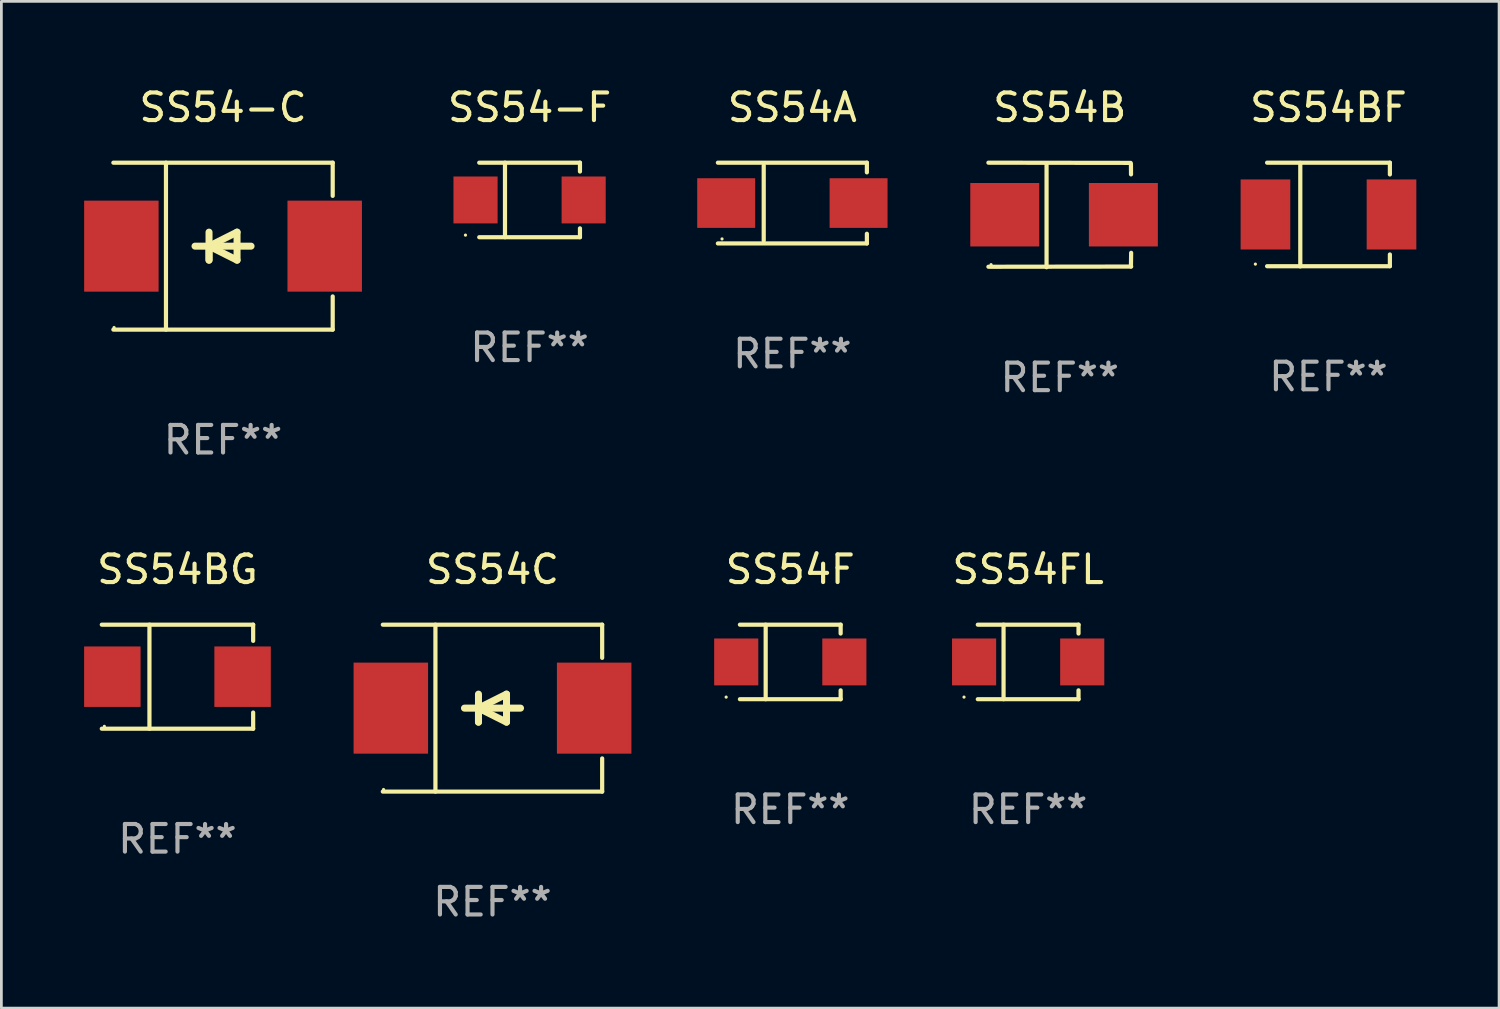
<source format=kicad_pcb>
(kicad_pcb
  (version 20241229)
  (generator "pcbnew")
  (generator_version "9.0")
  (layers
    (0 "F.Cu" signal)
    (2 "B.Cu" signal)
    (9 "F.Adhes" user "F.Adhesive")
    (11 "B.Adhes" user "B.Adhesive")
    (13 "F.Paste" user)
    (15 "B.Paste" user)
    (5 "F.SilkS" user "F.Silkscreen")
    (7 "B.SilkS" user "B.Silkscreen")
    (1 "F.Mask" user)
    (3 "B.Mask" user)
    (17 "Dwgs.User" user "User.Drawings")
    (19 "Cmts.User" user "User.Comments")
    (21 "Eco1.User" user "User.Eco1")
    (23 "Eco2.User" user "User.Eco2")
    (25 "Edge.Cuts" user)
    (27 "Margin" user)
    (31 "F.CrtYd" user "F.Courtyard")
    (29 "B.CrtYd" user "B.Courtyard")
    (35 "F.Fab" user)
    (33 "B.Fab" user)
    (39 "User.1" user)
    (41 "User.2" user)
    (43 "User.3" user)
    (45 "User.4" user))
  (footprint "SS54BF"
    (layer "F.Cu")
    (at 45.113 4.728)
    (property "Reference" "SS54BF" (at 0 -3.88 0) (layer "F.SilkS") (effects (font (size 1 1) (thickness 0.15))))
    (attr through_hole)
    (fp_line (start -2.226 -1.88) (end 2.226 -1.88) (stroke (width 0.152) (type solid)) (layer "F.SilkS"))
    (fp_line (start -2.226 1.873) (end 2.226 1.873) (stroke (width 0.152) (type solid)) (layer "F.SilkS"))
    (fp_line (start -1.022 -1.873) (end -1.022 1.88) (stroke (width 0.152) (type solid)) (layer "F.SilkS"))
    (fp_line (start 2.226 -1.88) (end 2.226 -1.453) (stroke (width 0.152) (type solid)) (layer "F.SilkS"))
    (fp_line (start 2.226 1.447) (end 2.226 1.873) (stroke (width 0.152) (type solid)) (layer "F.SilkS"))
    (fp_circle (center -2.65 1.797) (end -2.62 1.797) (stroke (width 0.06) (type solid)) (fill no) (layer "F.SilkS"))
    (fp_text user "REF**" (at 0 5.88 0) (layer "F.Fab") (effects (font (size 1 1) (thickness 0.15))))
    (pad "1" smd rect (at -2.285 -0.003) (size 1.8 2.54) (layers "F.Cu" "F.Mask" "F.Paste"))
    (pad "2" smd rect (at 2.285 -0.003) (size 1.8 2.54) (layers "F.Cu" "F.Mask" "F.Paste")))
  (footprint "SS54A"
    (layer "F.Cu")
    (at 25.677 4.312)
    (property "Reference" "SS54A" (at 0 -3.464 0) (layer "F.SilkS") (effects (font (size 1 1) (thickness 0.15))))
    (attr through_hole)
    (fp_line (start -2.701 -1.464) (end 2.701 -1.464) (stroke (width 0.152) (type solid)) (layer "F.SilkS"))
    (fp_line (start -2.701 1.464) (end 2.701 1.464) (stroke (width 0.152) (type solid)) (layer "F.SilkS"))
    (fp_line (start -1.039 -1.364) (end -1.039 1.364) (stroke (width 0.152) (type solid)) (layer "F.SilkS"))
    (fp_line (start 2.701 -1.464) (end 2.701 -1.113) (stroke (width 0.152) (type solid)) (layer "F.SilkS"))
    (fp_line (start 2.701 1.464) (end 2.701 1.113) (stroke (width 0.152) (type solid)) (layer "F.SilkS"))
    (fp_circle (center -2.55 1.3) (end -2.52 1.3) (stroke (width 0.06) (type solid)) (fill no) (layer "F.SilkS"))
    (fp_text user "REF**" (at 0 5.464 0) (layer "F.Fab") (effects (font (size 1 1) (thickness 0.15))))
    (pad "1" smd rect (at -2.4 0.000025) (size 2.1 1.8) (layers "F.Cu" "F.Mask" "F.Paste"))
    (pad "2" smd rect (at 2.4 0.000025) (size 2.1 1.8) (layers "F.Cu" "F.Mask" "F.Paste")))
  (footprint "SS54BG"
    (layer "F.Cu")
    (at 3.384 21.483)
    (property "Reference" "SS54BG" (at 0 -3.886 0) (layer "F.SilkS") (effects (font (size 1 1) (thickness 0.15))))
    (attr through_hole)
    (fp_line (start -2.744 -1.886) (end 2.744 -1.886) (stroke (width 0.152) (type solid)) (layer "F.SilkS"))
    (fp_line (start -2.744 1.886) (end 2.744 1.886) (stroke (width 0.152) (type solid)) (layer "F.SilkS"))
    (fp_line (start -1.016 -1.886) (end -1.016 1.886) (stroke (width 0.152) (type solid)) (layer "F.SilkS"))
    (fp_line (start 2.744 -1.886) (end 2.744 -1.299) (stroke (width 0.152) (type solid)) (layer "F.SilkS"))
    (fp_line (start 2.744 1.886) (end 2.744 1.299) (stroke (width 0.152) (type solid)) (layer "F.SilkS"))
    (fp_circle (center -2.65 1.8) (end -2.62 1.8) (stroke (width 0.06) (type solid)) (fill no) (layer "F.SilkS"))
    (fp_text user "REF**" (at 0 5.886 0) (layer "F.Fab") (effects (font (size 1 1) (thickness 0.15))))
    (pad "1" smd rect (at -2.361 0) (size 2.047 2.192) (layers "F.Cu" "F.Mask" "F.Paste"))
    (pad "2" smd rect (at 2.361 0) (size 2.047 2.192) (layers "F.Cu" "F.Mask" "F.Paste")))
  (footprint "SS54-C"
    (layer "F.Cu")
    (at 5.036 5.874)
    (property "Reference" "SS54-C" (at 0 -5.026 0) (layer "F.SilkS") (effects (font (size 1 1) (thickness 0.15))))
    (attr through_hole)
    (fp_line (start -3.976 -3.026) (end 3.976 -3.026) (stroke (width 0.152) (type solid)) (layer "F.SilkS"))
    (fp_line (start -3.976 3.026) (end 3.976 3.026) (stroke (width 0.152) (type solid)) (layer "F.SilkS"))
    (fp_line (start -2.069 -3.026) (end -2.069 3.026) (stroke (width 0.152) (type solid)) (layer "F.SilkS"))
    (fp_line (start -0.508 0) (end -0.508 0.508) (stroke (width 0.254) (type solid)) (layer "F.SilkS"))
    (fp_line (start -0.508 0) (end 0.508 0.508) (stroke (width 0.254) (type solid)) (layer "F.SilkS"))
    (fp_line (start -0.508 0.508) (end -0.508 -0.508) (stroke (width 0.254) (type solid)) (layer "F.SilkS"))
    (fp_line (start 0.508 -0.508) (end -0.508 0) (stroke (width 0.254) (type solid)) (layer "F.SilkS"))
    (fp_line (start 0.508 0.508) (end 0.508 -0.508) (stroke (width 0.254) (type solid)) (layer "F.SilkS"))
    (fp_line (start 1.016 0) (end -1.016 0) (stroke (width 0.254) (type solid)) (layer "F.SilkS"))
    (fp_line (start 3.976 -3.026) (end 3.976 -1.823) (stroke (width 0.152) (type solid)) (layer "F.SilkS"))
    (fp_line (start 3.976 3.026) (end 3.976 1.823) (stroke (width 0.152) (type solid)) (layer "F.SilkS"))
    (fp_circle (center -3.95 2.95) (end -3.92 2.95) (stroke (width 0.06) (type solid)) (fill no) (layer "F.SilkS"))
    (fp_text user "REF**" (at 0 7.026 0) (layer "F.Fab") (effects (font (size 1 1) (thickness 0.15))))
    (pad "1" smd rect (at -3.686 0) (size 2.7 3.3) (layers "F.Cu" "F.Mask" "F.Paste"))
    (pad "2" smd rect (at 3.686 0) (size 2.7 3.3) (layers "F.Cu" "F.Mask" "F.Paste")))
  (footprint "SS54FL"
    (layer "F.Cu")
    (at 34.225 20.948)
    (property "Reference" "SS54FL" (at 0 -3.351 0) (layer "F.SilkS") (effects (font (size 1 1) (thickness 0.15))))
    (attr through_hole)
    (fp_line (start -1.826 -1.351) (end 1.826 -1.351) (stroke (width 0.152) (type solid)) (layer "F.SilkS"))
    (fp_line (start -1.826 1.351) (end 1.826 1.351) (stroke (width 0.152) (type solid)) (layer "F.SilkS"))
    (fp_line (start -0.892 -1.351) (end -0.892 1.351) (stroke (width 0.152) (type solid)) (layer "F.SilkS"))
    (fp_line (start 1.826 -1.351) (end 1.826 -1.03) (stroke (width 0.152) (type solid)) (layer "F.SilkS"))
    (fp_line (start 1.826 1.03) (end 1.826 1.351) (stroke (width 0.152) (type solid)) (layer "F.SilkS"))
    (fp_circle (center -2.325 1.275) (end -2.295 1.275) (stroke (width 0.06) (type solid)) (fill no) (layer "F.SilkS"))
    (fp_text user "REF**" (at 0 5.351 0) (layer "F.Fab") (effects (font (size 1 1) (thickness 0.15))))
    (pad "1" smd rect (at -1.96 0 180) (size 1.6 1.7) (layers "F.Cu" "F.Mask" "F.Paste"))
    (pad "2" smd rect (at 1.96 0 180) (size 1.6 1.7) (layers "F.Cu" "F.Mask" "F.Paste")))
  (footprint "SS54C"
    (layer "F.Cu")
    (at 14.805 22.623)
    (property "Reference" "SS54C" (at 0 -5.026 0) (layer "F.SilkS") (effects (font (size 1 1) (thickness 0.15))))
    (attr through_hole)
    (fp_line (start -3.976 -3.026) (end 3.976 -3.026) (stroke (width 0.152) (type solid)) (layer "F.SilkS"))
    (fp_line (start -3.976 3.026) (end 3.976 3.026) (stroke (width 0.152) (type solid)) (layer "F.SilkS"))
    (fp_line (start -2.069 -3.026) (end -2.069 3.026) (stroke (width 0.152) (type solid)) (layer "F.SilkS"))
    (fp_line (start -0.508 0) (end -0.508 0.508) (stroke (width 0.254) (type solid)) (layer "F.SilkS"))
    (fp_line (start -0.508 0) (end 0.508 0.508) (stroke (width 0.254) (type solid)) (layer "F.SilkS"))
    (fp_line (start -0.508 0.508) (end -0.508 -0.508) (stroke (width 0.254) (type solid)) (layer "F.SilkS"))
    (fp_line (start 0.508 -0.508) (end -0.508 0) (stroke (width 0.254) (type solid)) (layer "F.SilkS"))
    (fp_line (start 0.508 0.508) (end 0.508 -0.508) (stroke (width 0.254) (type solid)) (layer "F.SilkS"))
    (fp_line (start 1.016 0) (end -1.016 0) (stroke (width 0.254) (type solid)) (layer "F.SilkS"))
    (fp_line (start 3.976 -3.026) (end 3.976 -1.823) (stroke (width 0.152) (type solid)) (layer "F.SilkS"))
    (fp_line (start 3.976 3.026) (end 3.976 1.823) (stroke (width 0.152) (type solid)) (layer "F.SilkS"))
    (fp_circle (center -3.95 2.95) (end -3.92 2.95) (stroke (width 0.06) (type solid)) (fill no) (layer "F.SilkS"))
    (fp_text user "REF**" (at 0 7.026 0) (layer "F.Fab") (effects (font (size 1 1) (thickness 0.15))))
    (pad "1" smd rect (at -3.686 0) (size 2.7 3.3) (layers "F.Cu" "F.Mask" "F.Paste"))
    (pad "2" smd rect (at 3.686 0) (size 2.7 3.3) (layers "F.Cu" "F.Mask" "F.Paste")))
  (footprint "SS54F"
    (layer "F.Cu")
    (at 25.601 20.948)
    (property "Reference" "SS54F" (at 0 -3.351 0) (layer "F.SilkS") (effects (font (size 1 1) (thickness 0.15))))
    (attr through_hole)
    (fp_line (start -1.826 -1.351) (end 1.826 -1.351) (stroke (width 0.152) (type solid)) (layer "F.SilkS"))
    (fp_line (start -1.826 1.351) (end 1.826 1.351) (stroke (width 0.152) (type solid)) (layer "F.SilkS"))
    (fp_line (start -0.892 -1.351) (end -0.892 1.351) (stroke (width 0.152) (type solid)) (layer "F.SilkS"))
    (fp_line (start 1.826 -1.351) (end 1.826 -1.03) (stroke (width 0.152) (type solid)) (layer "F.SilkS"))
    (fp_line (start 1.826 1.03) (end 1.826 1.351) (stroke (width 0.152) (type solid)) (layer "F.SilkS"))
    (fp_circle (center -2.325 1.275) (end -2.295 1.275) (stroke (width 0.06) (type solid)) (fill no) (layer "F.SilkS"))
    (fp_text user "REF**" (at 0 5.351 0) (layer "F.Fab") (effects (font (size 1 1) (thickness 0.15))))
    (pad "1" smd rect (at -1.96 0 180) (size 1.6 1.7) (layers "F.Cu" "F.Mask" "F.Paste"))
    (pad "2" smd rect (at 1.96 0 180) (size 1.6 1.7) (layers "F.Cu" "F.Mask" "F.Paste")))
  (footprint "SS54B"
    (layer "F.Cu")
    (at 35.372 4.744)
    (property "Reference" "SS54B" (at 0 -3.896 0) (layer "F.SilkS") (effects (font (size 1 1) (thickness 0.15))))
    (attr through_hole)
    (fp_line (start -2.588 -1.896) (end 2.568 -1.889) (stroke (width 0.152) (type solid)) (layer "F.SilkS"))
    (fp_line (start -2.588 1.877) (end 2.588 1.87) (stroke (width 0.152) (type solid)) (layer "F.SilkS"))
    (fp_line (start -0.48 1.896) (end -0.48 -1.871) (stroke (width 0.152) (type solid)) (layer "F.SilkS"))
    (fp_line (start 2.579 -1.849) (end 2.582 -1.472) (stroke (width 0.152) (type solid)) (layer "F.SilkS"))
    (fp_line (start 2.579 1.867) (end 2.587 1.372) (stroke (width 0.152) (type solid)) (layer "F.SilkS"))
    (fp_circle (center -2.492 1.801) (end -2.462 1.801) (stroke (width 0.06) (type solid)) (fill no) (layer "F.SilkS"))
    (fp_text user "REF**" (at 0 5.896 0) (layer "F.Fab") (effects (font (size 1 1) (thickness 0.15))))
    (pad "1" smd rect (at -1.995 -0.009) (size 2.5 2.3) (layers "F.Cu" "F.Mask" "F.Paste"))
    (pad "2" smd rect (at 2.305 -0.009) (size 2.5 2.3) (layers "F.Cu" "F.Mask" "F.Paste")))
  (footprint "SS54-F"
    (layer "F.Cu")
    (at 16.15 4.199)
    (property "Reference" "SS54-F" (at 0 -3.351 0) (layer "F.SilkS") (effects (font (size 1 1) (thickness 0.15))))
    (attr through_hole)
    (fp_line (start -1.826 -1.351) (end 1.826 -1.351) (stroke (width 0.152) (type solid)) (layer "F.SilkS"))
    (fp_line (start -1.826 1.351) (end 1.826 1.351) (stroke (width 0.152) (type solid)) (layer "F.SilkS"))
    (fp_line (start -0.892 -1.351) (end -0.892 1.351) (stroke (width 0.152) (type solid)) (layer "F.SilkS"))
    (fp_line (start 1.826 -1.351) (end 1.826 -1.03) (stroke (width 0.152) (type solid)) (layer "F.SilkS"))
    (fp_line (start 1.826 1.03) (end 1.826 1.351) (stroke (width 0.152) (type solid)) (layer "F.SilkS"))
    (fp_circle (center -2.325 1.275) (end -2.295 1.275) (stroke (width 0.06) (type solid)) (fill no) (layer "F.SilkS"))
    (fp_text user "REF**" (at 0 5.351 0) (layer "F.Fab") (effects (font (size 1 1) (thickness 0.15))))
    (pad "1" smd rect (at -1.96 0 180) (size 1.6 1.7) (layers "F.Cu" "F.Mask" "F.Paste"))
    (pad "2" smd rect (at 1.96 0 180) (size 1.6 1.7) (layers "F.Cu" "F.Mask" "F.Paste")))
  (gr_rect
    (start -3 -3)
    (end 51.298 33.498)
    (stroke (width 0.1) (type default))
    (fill no)
    (layer "Edge.Cuts")))
</source>
